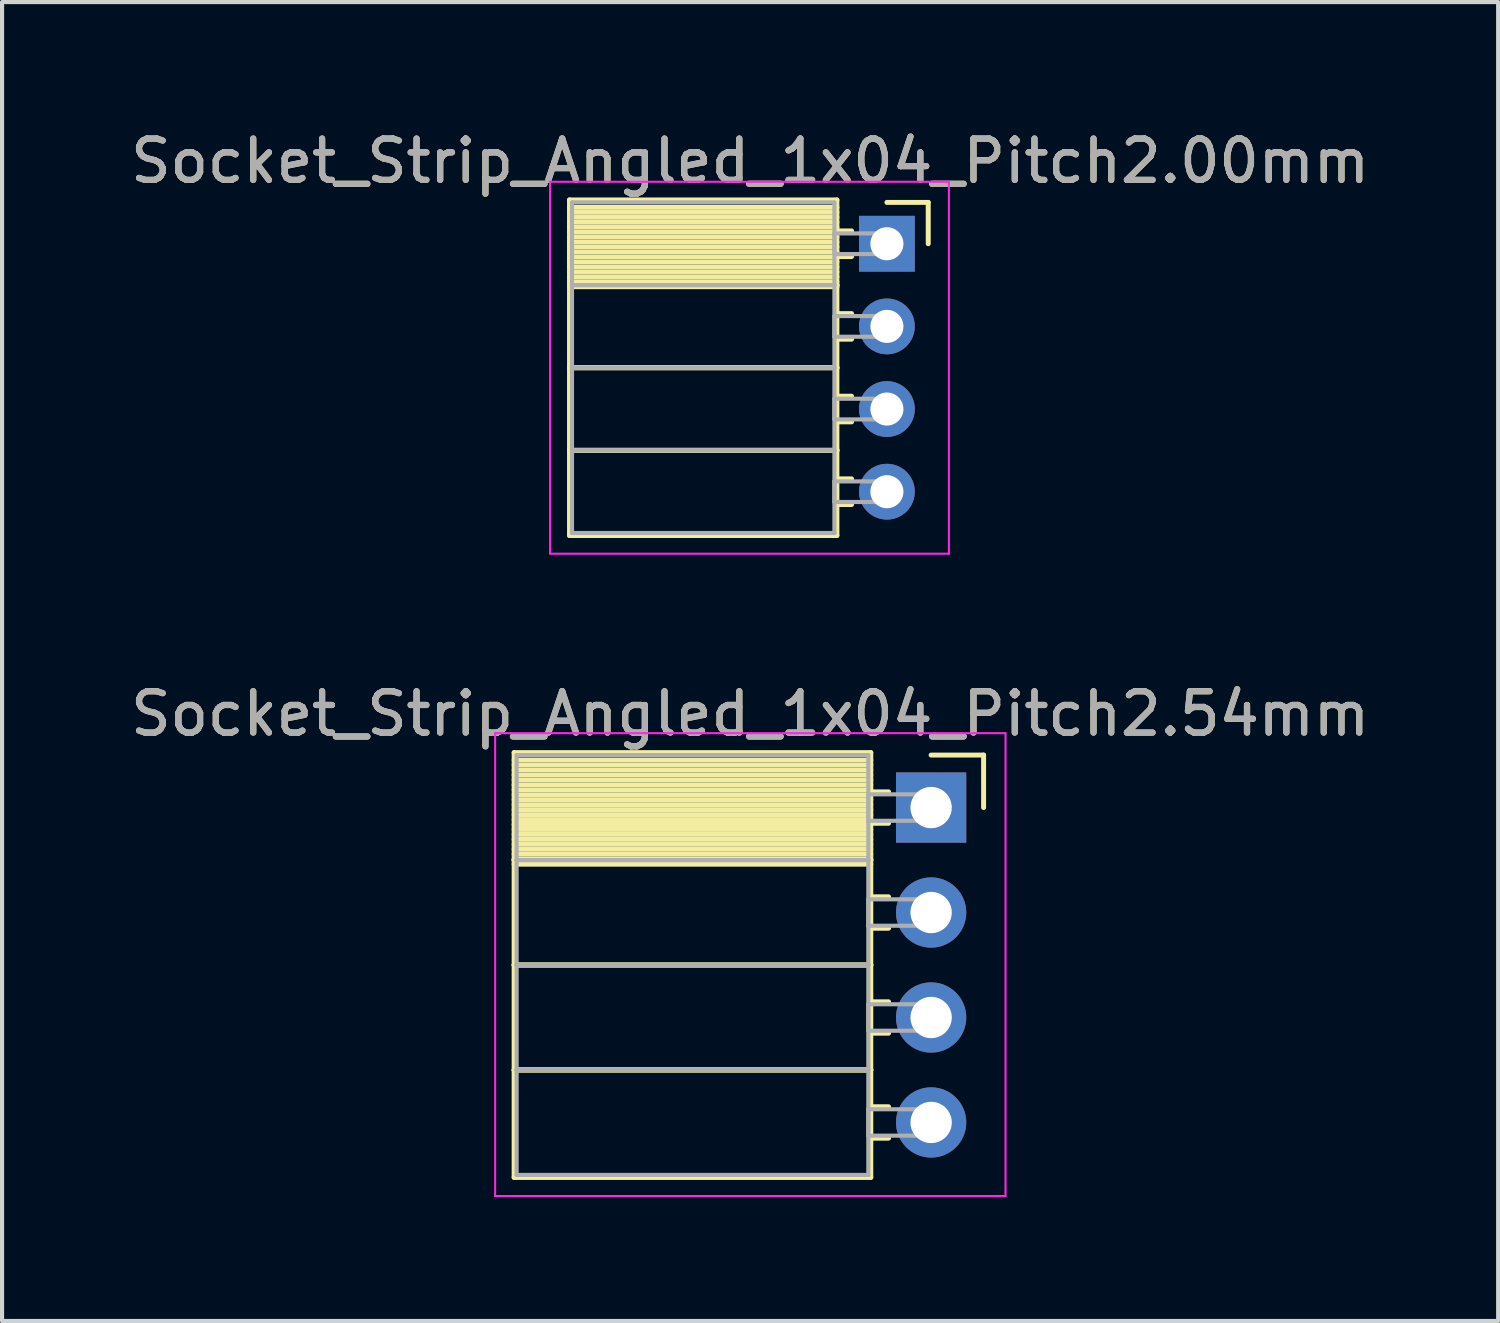
<source format=kicad_pcb>
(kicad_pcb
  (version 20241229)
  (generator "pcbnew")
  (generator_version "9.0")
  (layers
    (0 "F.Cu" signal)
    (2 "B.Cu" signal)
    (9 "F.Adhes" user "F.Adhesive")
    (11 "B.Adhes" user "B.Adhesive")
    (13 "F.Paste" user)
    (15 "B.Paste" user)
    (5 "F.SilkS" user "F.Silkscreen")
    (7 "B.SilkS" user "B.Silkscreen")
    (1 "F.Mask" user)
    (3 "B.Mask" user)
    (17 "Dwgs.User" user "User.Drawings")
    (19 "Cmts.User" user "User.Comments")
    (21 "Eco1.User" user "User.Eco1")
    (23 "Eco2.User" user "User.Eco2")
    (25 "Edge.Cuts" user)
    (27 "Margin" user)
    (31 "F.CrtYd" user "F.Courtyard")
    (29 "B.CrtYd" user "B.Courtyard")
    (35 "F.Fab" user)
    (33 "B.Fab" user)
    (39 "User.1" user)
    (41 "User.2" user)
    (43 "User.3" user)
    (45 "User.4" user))
  (footprint "Socket_Strip_Angled_1x04_Pitch2.00mm"
    (layer "F.Cu")
    (at 18.411 2.848)
    (property "Reference" "Socket_Strip_Angled_1x04_Pitch2.00mm" (at -3.31 -2 0) (layer "F.SilkS") (effects (font (size 1 1) (thickness 0.15))))
    (attr through_hole)
    (fp_line (start -7.68 -1.06) (end -1.21 -1.06) (stroke (width 0.12) (type solid)) (layer "F.SilkS"))
    (fp_line (start -7.68 1) (end -7.68 -1.06) (stroke (width 0.12) (type solid)) (layer "F.SilkS"))
    (fp_line (start -7.68 1) (end -1.21 1) (stroke (width 0.12) (type solid)) (layer "F.SilkS"))
    (fp_line (start -7.68 3) (end -7.68 1) (stroke (width 0.12) (type solid)) (layer "F.SilkS"))
    (fp_line (start -7.68 3) (end -1.21 3) (stroke (width 0.12) (type solid)) (layer "F.SilkS"))
    (fp_line (start -7.68 5) (end -7.68 3) (stroke (width 0.12) (type solid)) (layer "F.SilkS"))
    (fp_line (start -7.68 5) (end -1.21 5) (stroke (width 0.12) (type solid)) (layer "F.SilkS"))
    (fp_line (start -7.68 7.06) (end -7.68 5) (stroke (width 0.12) (type solid)) (layer "F.SilkS"))
    (fp_line (start -1.21 -1.06) (end -1.21 1) (stroke (width 0.12) (type solid)) (layer "F.SilkS"))
    (fp_line (start -1.21 -0.88) (end -7.68 -0.88) (stroke (width 0.12) (type solid)) (layer "F.SilkS"))
    (fp_line (start -1.21 -0.76) (end -7.68 -0.76) (stroke (width 0.12) (type solid)) (layer "F.SilkS"))
    (fp_line (start -1.21 -0.64) (end -7.68 -0.64) (stroke (width 0.12) (type solid)) (layer "F.SilkS"))
    (fp_line (start -1.21 -0.52) (end -7.68 -0.52) (stroke (width 0.12) (type solid)) (layer "F.SilkS"))
    (fp_line (start -1.21 -0.4) (end -7.68 -0.4) (stroke (width 0.12) (type solid)) (layer "F.SilkS"))
    (fp_line (start -1.21 -0.28) (end -7.68 -0.28) (stroke (width 0.12) (type solid)) (layer "F.SilkS"))
    (fp_line (start -1.21 -0.16) (end -7.68 -0.16) (stroke (width 0.12) (type solid)) (layer "F.SilkS"))
    (fp_line (start -1.21 -0.04) (end -7.68 -0.04) (stroke (width 0.12) (type solid)) (layer "F.SilkS"))
    (fp_line (start -1.21 0.08) (end -7.68 0.08) (stroke (width 0.12) (type solid)) (layer "F.SilkS"))
    (fp_line (start -1.21 0.2) (end -7.68 0.2) (stroke (width 0.12) (type solid)) (layer "F.SilkS"))
    (fp_line (start -1.21 0.32) (end -7.68 0.32) (stroke (width 0.12) (type solid)) (layer "F.SilkS"))
    (fp_line (start -1.21 0.44) (end -7.68 0.44) (stroke (width 0.12) (type solid)) (layer "F.SilkS"))
    (fp_line (start -1.21 0.56) (end -7.68 0.56) (stroke (width 0.12) (type solid)) (layer "F.SilkS"))
    (fp_line (start -1.21 0.68) (end -7.68 0.68) (stroke (width 0.12) (type solid)) (layer "F.SilkS"))
    (fp_line (start -1.21 0.8) (end -7.68 0.8) (stroke (width 0.12) (type solid)) (layer "F.SilkS"))
    (fp_line (start -1.21 0.92) (end -7.68 0.92) (stroke (width 0.12) (type solid)) (layer "F.SilkS"))
    (fp_line (start -1.21 1) (end -7.68 1) (stroke (width 0.12) (type solid)) (layer "F.SilkS"))
    (fp_line (start -1.21 1) (end -1.21 3) (stroke (width 0.12) (type solid)) (layer "F.SilkS"))
    (fp_line (start -1.21 1.04) (end -7.68 1.04) (stroke (width 0.12) (type solid)) (layer "F.SilkS"))
    (fp_line (start -1.21 3) (end -7.68 3) (stroke (width 0.12) (type solid)) (layer "F.SilkS"))
    (fp_line (start -1.21 3) (end -1.21 5) (stroke (width 0.12) (type solid)) (layer "F.SilkS"))
    (fp_line (start -1.21 5) (end -7.68 5) (stroke (width 0.12) (type solid)) (layer "F.SilkS"))
    (fp_line (start -1.21 5) (end -1.21 7.06) (stroke (width 0.12) (type solid)) (layer "F.SilkS"))
    (fp_line (start -1.21 7.06) (end -7.68 7.06) (stroke (width 0.12) (type solid)) (layer "F.SilkS"))
    (fp_line (start -0.855 -0.31) (end -1.21 -0.31) (stroke (width 0.12) (type solid)) (layer "F.SilkS"))
    (fp_line (start -0.855 0.31) (end -1.21 0.31) (stroke (width 0.12) (type solid)) (layer "F.SilkS"))
    (fp_line (start -0.855 1.69) (end -1.21 1.69) (stroke (width 0.12) (type solid)) (layer "F.SilkS"))
    (fp_line (start -0.855 2.31) (end -1.21 2.31) (stroke (width 0.12) (type solid)) (layer "F.SilkS"))
    (fp_line (start -0.855 3.69) (end -1.21 3.69) (stroke (width 0.12) (type solid)) (layer "F.SilkS"))
    (fp_line (start -0.855 4.31) (end -1.21 4.31) (stroke (width 0.12) (type solid)) (layer "F.SilkS"))
    (fp_line (start -0.855 5.69) (end -1.21 5.69) (stroke (width 0.12) (type solid)) (layer "F.SilkS"))
    (fp_line (start -0.855 6.31) (end -1.21 6.31) (stroke (width 0.12) (type solid)) (layer "F.SilkS"))
    (fp_line (start 0 -1) (end 1 -1) (stroke (width 0.12) (type solid)) (layer "F.SilkS"))
    (fp_line (start 1 -1) (end 1 0) (stroke (width 0.12) (type solid)) (layer "F.SilkS"))
    (fp_line (start -8.15 -1.5) (end 1.5 -1.5) (stroke (width 0.05) (type solid)) (layer "F.CrtYd"))
    (fp_line (start -8.15 7.5) (end -8.15 -1.5) (stroke (width 0.05) (type solid)) (layer "F.CrtYd"))
    (fp_line (start 1.5 -1.5) (end 1.5 7.5) (stroke (width 0.05) (type solid)) (layer "F.CrtYd"))
    (fp_line (start 1.5 7.5) (end -8.15 7.5) (stroke (width 0.05) (type solid)) (layer "F.CrtYd"))
    (fp_line (start -7.62 -1) (end -1.27 -1) (stroke (width 0.1) (type solid)) (layer "F.Fab"))
    (fp_line (start -7.62 1) (end -7.62 -1) (stroke (width 0.1) (type solid)) (layer "F.Fab"))
    (fp_line (start -7.62 1) (end -1.27 1) (stroke (width 0.1) (type solid)) (layer "F.Fab"))
    (fp_line (start -7.62 3) (end -7.62 1) (stroke (width 0.1) (type solid)) (layer "F.Fab"))
    (fp_line (start -7.62 3) (end -1.27 3) (stroke (width 0.1) (type solid)) (layer "F.Fab"))
    (fp_line (start -7.62 5) (end -7.62 3) (stroke (width 0.1) (type solid)) (layer "F.Fab"))
    (fp_line (start -7.62 5) (end -1.27 5) (stroke (width 0.1) (type solid)) (layer "F.Fab"))
    (fp_line (start -7.62 7) (end -7.62 5) (stroke (width 0.1) (type solid)) (layer "F.Fab"))
    (fp_line (start -1.27 -1) (end -1.27 1) (stroke (width 0.1) (type solid)) (layer "F.Fab"))
    (fp_line (start -1.27 -0.25) (end 0 -0.25) (stroke (width 0.1) (type solid)) (layer "F.Fab"))
    (fp_line (start -1.27 0.25) (end -1.27 -0.25) (stroke (width 0.1) (type solid)) (layer "F.Fab"))
    (fp_line (start -1.27 1) (end -7.62 1) (stroke (width 0.1) (type solid)) (layer "F.Fab"))
    (fp_line (start -1.27 1) (end -1.27 3) (stroke (width 0.1) (type solid)) (layer "F.Fab"))
    (fp_line (start -1.27 1.75) (end 0 1.75) (stroke (width 0.1) (type solid)) (layer "F.Fab"))
    (fp_line (start -1.27 2.25) (end -1.27 1.75) (stroke (width 0.1) (type solid)) (layer "F.Fab"))
    (fp_line (start -1.27 3) (end -7.62 3) (stroke (width 0.1) (type solid)) (layer "F.Fab"))
    (fp_line (start -1.27 3) (end -1.27 5) (stroke (width 0.1) (type solid)) (layer "F.Fab"))
    (fp_line (start -1.27 3.75) (end 0 3.75) (stroke (width 0.1) (type solid)) (layer "F.Fab"))
    (fp_line (start -1.27 4.25) (end -1.27 3.75) (stroke (width 0.1) (type solid)) (layer "F.Fab"))
    (fp_line (start -1.27 5) (end -7.62 5) (stroke (width 0.1) (type solid)) (layer "F.Fab"))
    (fp_line (start -1.27 5) (end -1.27 7) (stroke (width 0.1) (type solid)) (layer "F.Fab"))
    (fp_line (start -1.27 5.75) (end 0 5.75) (stroke (width 0.1) (type solid)) (layer "F.Fab"))
    (fp_line (start -1.27 6.25) (end -1.27 5.75) (stroke (width 0.1) (type solid)) (layer "F.Fab"))
    (fp_line (start -1.27 7) (end -7.62 7) (stroke (width 0.1) (type solid)) (layer "F.Fab"))
    (fp_line (start 0 -0.25) (end 0 0.25) (stroke (width 0.1) (type solid)) (layer "F.Fab"))
    (fp_line (start 0 0.25) (end -1.27 0.25) (stroke (width 0.1) (type solid)) (layer "F.Fab"))
    (fp_line (start 0 1.75) (end 0 2.25) (stroke (width 0.1) (type solid)) (layer "F.Fab"))
    (fp_line (start 0 2.25) (end -1.27 2.25) (stroke (width 0.1) (type solid)) (layer "F.Fab"))
    (fp_line (start 0 3.75) (end 0 4.25) (stroke (width 0.1) (type solid)) (layer "F.Fab"))
    (fp_line (start 0 4.25) (end -1.27 4.25) (stroke (width 0.1) (type solid)) (layer "F.Fab"))
    (fp_line (start 0 5.75) (end 0 6.25) (stroke (width 0.1) (type solid)) (layer "F.Fab"))
    (fp_line (start 0 6.25) (end -1.27 6.25) (stroke (width 0.1) (type solid)) (layer "F.Fab"))
    (fp_text user "${REFERENCE}" (at -3.31 -2 0) (layer "F.Fab") (effects (font (size 1 1) (thickness 0.15))))
    (pad "1" thru_hole rect (at 0 0) (size 1.35 1.35) (drill 0.8) (layers "*.Cu" "*.Mask"))
    (pad "2" thru_hole oval (at 0 2) (size 1.35 1.35) (drill 0.8) (layers "*.Cu" "*.Mask"))
    (pad "3" thru_hole oval (at 0 4) (size 1.35 1.35) (drill 0.8) (layers "*.Cu" "*.Mask"))
    (pad "4" thru_hole oval (at 0 6) (size 1.35 1.35) (drill 0.8) (layers "*.Cu" "*.Mask")))
  (footprint "Socket_Strip_Angled_1x04_Pitch2.54mm"
    (layer "F.Cu")
    (at 19.481 16.491)
    (property "Reference" "Socket_Strip_Angled_1x04_Pitch2.54mm" (at -4.38 -2.27 0) (layer "F.SilkS") (effects (font (size 1 1) (thickness 0.15))))
    (attr through_hole)
    (fp_line (start -10.09 -1.33) (end -1.46 -1.33) (stroke (width 0.12) (type solid)) (layer "F.SilkS"))
    (fp_line (start -10.09 1.27) (end -10.09 -1.33) (stroke (width 0.12) (type solid)) (layer "F.SilkS"))
    (fp_line (start -10.09 1.27) (end -1.46 1.27) (stroke (width 0.12) (type solid)) (layer "F.SilkS"))
    (fp_line (start -10.09 3.81) (end -10.09 1.27) (stroke (width 0.12) (type solid)) (layer "F.SilkS"))
    (fp_line (start -10.09 3.81) (end -1.46 3.81) (stroke (width 0.12) (type solid)) (layer "F.SilkS"))
    (fp_line (start -10.09 6.35) (end -10.09 3.81) (stroke (width 0.12) (type solid)) (layer "F.SilkS"))
    (fp_line (start -10.09 6.35) (end -1.46 6.35) (stroke (width 0.12) (type solid)) (layer "F.SilkS"))
    (fp_line (start -10.09 8.95) (end -10.09 6.35) (stroke (width 0.12) (type solid)) (layer "F.SilkS"))
    (fp_line (start -1.46 -1.33) (end -1.46 1.27) (stroke (width 0.12) (type solid)) (layer "F.SilkS"))
    (fp_line (start -1.46 -1.15) (end -10.09 -1.15) (stroke (width 0.12) (type solid)) (layer "F.SilkS"))
    (fp_line (start -1.46 -1.03) (end -10.09 -1.03) (stroke (width 0.12) (type solid)) (layer "F.SilkS"))
    (fp_line (start -1.46 -0.91) (end -10.09 -0.91) (stroke (width 0.12) (type solid)) (layer "F.SilkS"))
    (fp_line (start -1.46 -0.79) (end -10.09 -0.79) (stroke (width 0.12) (type solid)) (layer "F.SilkS"))
    (fp_line (start -1.46 -0.67) (end -10.09 -0.67) (stroke (width 0.12) (type solid)) (layer "F.SilkS"))
    (fp_line (start -1.46 -0.55) (end -10.09 -0.55) (stroke (width 0.12) (type solid)) (layer "F.SilkS"))
    (fp_line (start -1.46 -0.43) (end -10.09 -0.43) (stroke (width 0.12) (type solid)) (layer "F.SilkS"))
    (fp_line (start -1.46 -0.31) (end -10.09 -0.31) (stroke (width 0.12) (type solid)) (layer "F.SilkS"))
    (fp_line (start -1.46 -0.19) (end -10.09 -0.19) (stroke (width 0.12) (type solid)) (layer "F.SilkS"))
    (fp_line (start -1.46 -0.07) (end -10.09 -0.07) (stroke (width 0.12) (type solid)) (layer "F.SilkS"))
    (fp_line (start -1.46 0.05) (end -10.09 0.05) (stroke (width 0.12) (type solid)) (layer "F.SilkS"))
    (fp_line (start -1.46 0.17) (end -10.09 0.17) (stroke (width 0.12) (type solid)) (layer "F.SilkS"))
    (fp_line (start -1.46 0.29) (end -10.09 0.29) (stroke (width 0.12) (type solid)) (layer "F.SilkS"))
    (fp_line (start -1.46 0.41) (end -10.09 0.41) (stroke (width 0.12) (type solid)) (layer "F.SilkS"))
    (fp_line (start -1.46 0.53) (end -10.09 0.53) (stroke (width 0.12) (type solid)) (layer "F.SilkS"))
    (fp_line (start -1.46 0.65) (end -10.09 0.65) (stroke (width 0.12) (type solid)) (layer "F.SilkS"))
    (fp_line (start -1.46 0.77) (end -10.09 0.77) (stroke (width 0.12) (type solid)) (layer "F.SilkS"))
    (fp_line (start -1.46 0.89) (end -10.09 0.89) (stroke (width 0.12) (type solid)) (layer "F.SilkS"))
    (fp_line (start -1.46 1.01) (end -10.09 1.01) (stroke (width 0.12) (type solid)) (layer "F.SilkS"))
    (fp_line (start -1.46 1.13) (end -10.09 1.13) (stroke (width 0.12) (type solid)) (layer "F.SilkS"))
    (fp_line (start -1.46 1.25) (end -10.09 1.25) (stroke (width 0.12) (type solid)) (layer "F.SilkS"))
    (fp_line (start -1.46 1.27) (end -10.09 1.27) (stroke (width 0.12) (type solid)) (layer "F.SilkS"))
    (fp_line (start -1.46 1.27) (end -1.46 3.81) (stroke (width 0.12) (type solid)) (layer "F.SilkS"))
    (fp_line (start -1.46 1.37) (end -10.09 1.37) (stroke (width 0.12) (type solid)) (layer "F.SilkS"))
    (fp_line (start -1.46 3.81) (end -10.09 3.81) (stroke (width 0.12) (type solid)) (layer "F.SilkS"))
    (fp_line (start -1.46 3.81) (end -1.46 6.35) (stroke (width 0.12) (type solid)) (layer "F.SilkS"))
    (fp_line (start -1.46 6.35) (end -10.09 6.35) (stroke (width 0.12) (type solid)) (layer "F.SilkS"))
    (fp_line (start -1.46 6.35) (end -1.46 8.95) (stroke (width 0.12) (type solid)) (layer "F.SilkS"))
    (fp_line (start -1.46 8.95) (end -10.09 8.95) (stroke (width 0.12) (type solid)) (layer "F.SilkS"))
    (fp_line (start -1.03 -0.38) (end -1.46 -0.38) (stroke (width 0.12) (type solid)) (layer "F.SilkS"))
    (fp_line (start -1.03 0.38) (end -1.46 0.38) (stroke (width 0.12) (type solid)) (layer "F.SilkS"))
    (fp_line (start -1.03 2.16) (end -1.46 2.16) (stroke (width 0.12) (type solid)) (layer "F.SilkS"))
    (fp_line (start -1.03 2.92) (end -1.46 2.92) (stroke (width 0.12) (type solid)) (layer "F.SilkS"))
    (fp_line (start -1.03 4.7) (end -1.46 4.7) (stroke (width 0.12) (type solid)) (layer "F.SilkS"))
    (fp_line (start -1.03 5.46) (end -1.46 5.46) (stroke (width 0.12) (type solid)) (layer "F.SilkS"))
    (fp_line (start -1.03 7.24) (end -1.46 7.24) (stroke (width 0.12) (type solid)) (layer "F.SilkS"))
    (fp_line (start -1.03 8) (end -1.46 8) (stroke (width 0.12) (type solid)) (layer "F.SilkS"))
    (fp_line (start 0 -1.27) (end 1.27 -1.27) (stroke (width 0.12) (type solid)) (layer "F.SilkS"))
    (fp_line (start 1.27 -1.27) (end 1.27 0) (stroke (width 0.12) (type solid)) (layer "F.SilkS"))
    (fp_line (start -10.55 -1.8) (end 1.8 -1.8) (stroke (width 0.05) (type solid)) (layer "F.CrtYd"))
    (fp_line (start -10.55 9.4) (end -10.55 -1.8) (stroke (width 0.05) (type solid)) (layer "F.CrtYd"))
    (fp_line (start 1.8 -1.8) (end 1.8 9.4) (stroke (width 0.05) (type solid)) (layer "F.CrtYd"))
    (fp_line (start 1.8 9.4) (end -10.55 9.4) (stroke (width 0.05) (type solid)) (layer "F.CrtYd"))
    (fp_line (start -10.03 -1.27) (end -1.52 -1.27) (stroke (width 0.1) (type solid)) (layer "F.Fab"))
    (fp_line (start -10.03 1.27) (end -10.03 -1.27) (stroke (width 0.1) (type solid)) (layer "F.Fab"))
    (fp_line (start -10.03 1.27) (end -1.52 1.27) (stroke (width 0.1) (type solid)) (layer "F.Fab"))
    (fp_line (start -10.03 3.81) (end -10.03 1.27) (stroke (width 0.1) (type solid)) (layer "F.Fab"))
    (fp_line (start -10.03 3.81) (end -1.52 3.81) (stroke (width 0.1) (type solid)) (layer "F.Fab"))
    (fp_line (start -10.03 6.35) (end -10.03 3.81) (stroke (width 0.1) (type solid)) (layer "F.Fab"))
    (fp_line (start -10.03 6.35) (end -1.52 6.35) (stroke (width 0.1) (type solid)) (layer "F.Fab"))
    (fp_line (start -10.03 8.89) (end -10.03 6.35) (stroke (width 0.1) (type solid)) (layer "F.Fab"))
    (fp_line (start -1.52 -1.27) (end -1.52 1.27) (stroke (width 0.1) (type solid)) (layer "F.Fab"))
    (fp_line (start -1.52 -0.32) (end 0 -0.32) (stroke (width 0.1) (type solid)) (layer "F.Fab"))
    (fp_line (start -1.52 0.32) (end -1.52 -0.32) (stroke (width 0.1) (type solid)) (layer "F.Fab"))
    (fp_line (start -1.52 1.27) (end -10.03 1.27) (stroke (width 0.1) (type solid)) (layer "F.Fab"))
    (fp_line (start -1.52 1.27) (end -1.52 3.81) (stroke (width 0.1) (type solid)) (layer "F.Fab"))
    (fp_line (start -1.52 2.22) (end 0 2.22) (stroke (width 0.1) (type solid)) (layer "F.Fab"))
    (fp_line (start -1.52 2.86) (end -1.52 2.22) (stroke (width 0.1) (type solid)) (layer "F.Fab"))
    (fp_line (start -1.52 3.81) (end -10.03 3.81) (stroke (width 0.1) (type solid)) (layer "F.Fab"))
    (fp_line (start -1.52 3.81) (end -1.52 6.35) (stroke (width 0.1) (type solid)) (layer "F.Fab"))
    (fp_line (start -1.52 4.76) (end 0 4.76) (stroke (width 0.1) (type solid)) (layer "F.Fab"))
    (fp_line (start -1.52 5.4) (end -1.52 4.76) (stroke (width 0.1) (type solid)) (layer "F.Fab"))
    (fp_line (start -1.52 6.35) (end -10.03 6.35) (stroke (width 0.1) (type solid)) (layer "F.Fab"))
    (fp_line (start -1.52 6.35) (end -1.52 8.89) (stroke (width 0.1) (type solid)) (layer "F.Fab"))
    (fp_line (start -1.52 7.3) (end 0 7.3) (stroke (width 0.1) (type solid)) (layer "F.Fab"))
    (fp_line (start -1.52 7.94) (end -1.52 7.3) (stroke (width 0.1) (type solid)) (layer "F.Fab"))
    (fp_line (start -1.52 8.89) (end -10.03 8.89) (stroke (width 0.1) (type solid)) (layer "F.Fab"))
    (fp_line (start 0 -0.32) (end 0 0.32) (stroke (width 0.1) (type solid)) (layer "F.Fab"))
    (fp_line (start 0 0.32) (end -1.52 0.32) (stroke (width 0.1) (type solid)) (layer "F.Fab"))
    (fp_line (start 0 2.22) (end 0 2.86) (stroke (width 0.1) (type solid)) (layer "F.Fab"))
    (fp_line (start 0 2.86) (end -1.52 2.86) (stroke (width 0.1) (type solid)) (layer "F.Fab"))
    (fp_line (start 0 4.76) (end 0 5.4) (stroke (width 0.1) (type solid)) (layer "F.Fab"))
    (fp_line (start 0 5.4) (end -1.52 5.4) (stroke (width 0.1) (type solid)) (layer "F.Fab"))
    (fp_line (start 0 7.3) (end 0 7.94) (stroke (width 0.1) (type solid)) (layer "F.Fab"))
    (fp_line (start 0 7.94) (end -1.52 7.94) (stroke (width 0.1) (type solid)) (layer "F.Fab"))
    (fp_text user "${REFERENCE}" (at -4.38 -2.27 0) (layer "F.Fab") (effects (font (size 1 1) (thickness 0.15))))
    (pad "1" thru_hole rect (at 0 0) (size 1.7 1.7) (drill 1) (layers "*.Cu" "*.Mask"))
    (pad "2" thru_hole oval (at 0 2.54) (size 1.7 1.7) (drill 1) (layers "*.Cu" "*.Mask"))
    (pad "3" thru_hole oval (at 0 5.08) (size 1.7 1.7) (drill 1) (layers "*.Cu" "*.Mask"))
    (pad "4" thru_hole oval (at 0 7.62) (size 1.7 1.7) (drill 1) (layers "*.Cu" "*.Mask")))
  (gr_rect
    (start -3 -3)
    (end 33.202 28.916)
    (stroke (width 0.1) (type default))
    (fill no)
    (layer "Edge.Cuts")))
</source>
